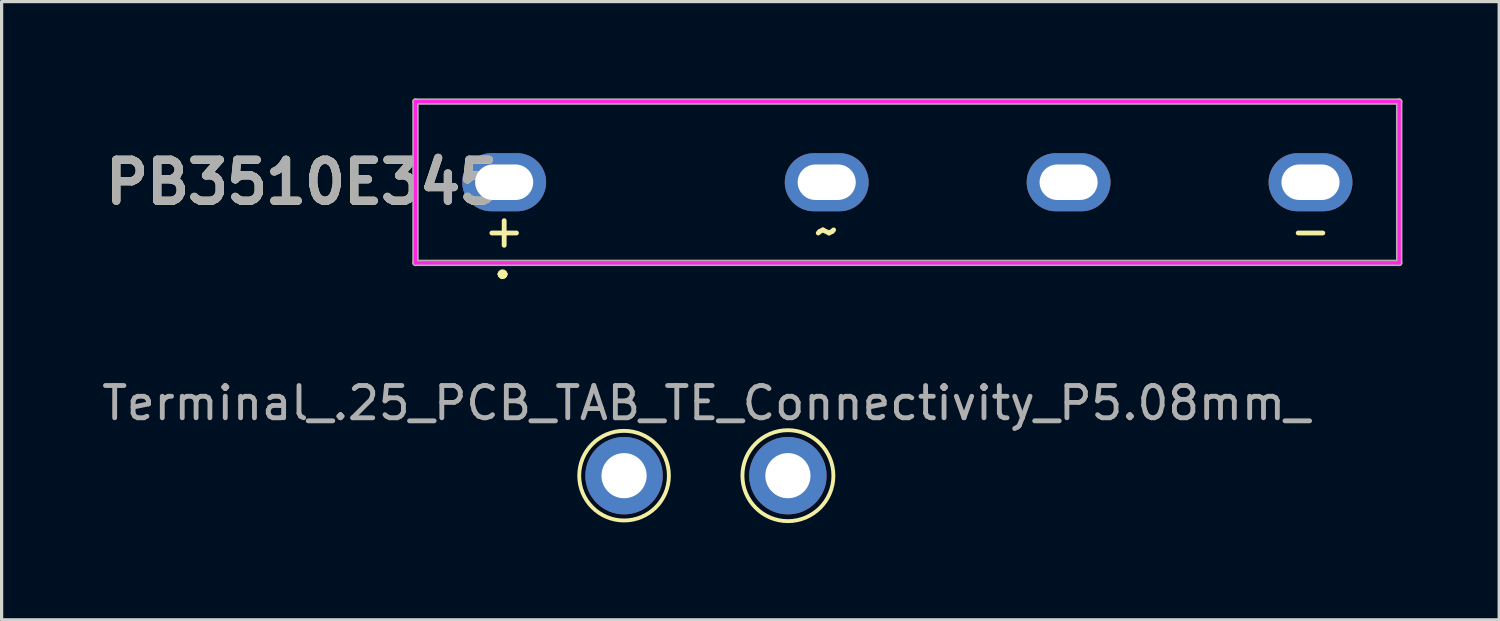
<source format=kicad_pcb>
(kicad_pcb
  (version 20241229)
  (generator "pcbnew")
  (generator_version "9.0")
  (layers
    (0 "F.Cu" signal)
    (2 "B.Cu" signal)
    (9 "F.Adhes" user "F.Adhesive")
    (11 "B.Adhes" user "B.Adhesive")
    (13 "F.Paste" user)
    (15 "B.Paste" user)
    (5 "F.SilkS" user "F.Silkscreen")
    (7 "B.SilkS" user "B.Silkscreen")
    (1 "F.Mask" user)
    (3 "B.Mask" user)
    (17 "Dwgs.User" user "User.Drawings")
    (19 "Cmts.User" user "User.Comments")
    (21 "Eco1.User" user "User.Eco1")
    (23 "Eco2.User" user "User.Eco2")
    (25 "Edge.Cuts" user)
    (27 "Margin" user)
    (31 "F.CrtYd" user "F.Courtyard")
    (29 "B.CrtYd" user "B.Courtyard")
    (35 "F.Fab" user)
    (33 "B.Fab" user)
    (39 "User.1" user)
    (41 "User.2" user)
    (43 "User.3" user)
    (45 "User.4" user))
  (footprint "Terminal_.25_PCB_TAB_TE_Connectivity_P5.08mm_"
    (layer "F.Cu")
    (at 18.839 11.698)
    (property "Reference" "Terminal_.25_PCB_TAB_TE_Connectivity_P5.08mm_" (at 0 -2.25 0) (layer "F.Fab") (effects (font (size 1 1) (thickness 0.15))))
    (attr through_hole)
    (fp_circle (center -2.54 0) (end -1.15 0) (stroke (width 0.12) (type solid)) (fill no) (layer "F.SilkS"))
    (fp_circle (center 2.54 0) (end 3.95 0) (stroke (width 0.12) (type solid)) (fill no) (layer "F.SilkS"))
    (pad "1" thru_hole circle (at -2.54 0) (size 2.4 2.4) (drill 1.4) (layers "*.Cu" "*.Mask"))
    (pad "1" thru_hole circle (at 2.54 0) (size 2.4 2.4) (drill 1.4) (layers "*.Cu" "*.Mask")))
  (footprint "PB3510E345"
    (layer "F.Cu")
    (at 26.332 2.6)
    (property "Reference" "PB3510E345" (at -20 0 0) (layer "F.SilkS") (effects (font (size 1.27 1.27) (thickness 0.254))))
    (attr through_hole)
    (fp_line (start -16.5 -2.5) (end 14 -2.5) (stroke (width 0.1) (type solid)) (layer "F.SilkS"))
    (fp_line (start -16.5 2.5) (end -16.5 -2.5) (stroke (width 0.1) (type solid)) (layer "F.SilkS"))
    (fp_line (start -13.85 2.85) (end -13.85 2.85) (stroke (width 0.2) (type solid)) (layer "F.SilkS"))
    (fp_line (start -13.85 2.85) (end -13.85 2.85) (stroke (width 0.2) (type solid)) (layer "F.SilkS"))
    (fp_line (start -13.75 2.85) (end -13.75 2.85) (stroke (width 0.2) (type solid)) (layer "F.SilkS"))
    (fp_line (start 14 -2.5) (end 14 2.5) (stroke (width 0.1) (type solid)) (layer "F.SilkS"))
    (fp_line (start 14 2.5) (end -16.5 2.5) (stroke (width 0.1) (type solid)) (layer "F.SilkS"))
    (fp_arc (start -13.85 2.85) (mid -13.8 2.8) (end -13.75 2.85) (stroke (width 0.2) (type solid)) (layer "F.SilkS"))
    (fp_arc (start -13.75 2.85) (mid -13.8 2.9) (end -13.85 2.85) (stroke (width 0.2) (type solid)) (layer "F.SilkS"))
    (fp_arc (start -13.75 2.85) (mid -13.8 2.9) (end -13.85 2.85) (stroke (width 0.2) (type solid)) (layer "F.SilkS"))
    (fp_line (start -16.5 -2.5) (end 14 -2.5) (stroke (width 0.1) (type solid)) (layer "F.CrtYd"))
    (fp_line (start -16.5 2.5) (end -16.5 -2.5) (stroke (width 0.1) (type solid)) (layer "F.CrtYd"))
    (fp_line (start 14 -2.5) (end 14 2.5) (stroke (width 0.1) (type solid)) (layer "F.CrtYd"))
    (fp_line (start 14 2.5) (end -16.5 2.5) (stroke (width 0.1) (type solid)) (layer "F.CrtYd"))
    (fp_line (start -16.5 -2.5) (end -16.5 2.5) (stroke (width 0.2) (type solid)) (layer "F.Fab"))
    (fp_line (start -16.5 2.5) (end 14 2.5) (stroke (width 0.2) (type solid)) (layer "F.Fab"))
    (fp_line (start 14 -2.5) (end -16.5 -2.5) (stroke (width 0.2) (type solid)) (layer "F.Fab"))
    (fp_line (start 14 2.5) (end 14 -2.5) (stroke (width 0.2) (type solid)) (layer "F.Fab"))
    (fp_text user "+" (at -13.75 1.5 0) (layer "F.SilkS") (effects (font (size 1 1) (thickness 0.15))))
    (fp_text user "~" (at -3.75 1.5 0) (layer "F.SilkS") (effects (font (size 1 1) (thickness 0.15))))
    (fp_text user "-" (at 11.25 1.5 0) (layer "F.SilkS") (effects (font (size 1 1) (thickness 0.15))))
    (fp_text user "${REFERENCE}" (at -20 0 0) (layer "F.Fab") (effects (font (size 1.27 1.27) (thickness 0.254))))
    (pad "1" thru_hole oval (at -13.75 0) (size 2.6 1.8) (drill oval 1.8 1.1) (layers "*.Cu" "*.Mask"))
    (pad "2" thru_hole oval (at -3.75 0) (size 2.6 1.8) (drill oval 1.8 1.1) (layers "*.Cu" "*.Mask"))
    (pad "3" thru_hole oval (at 3.75 0) (size 2.6 1.8) (drill oval 1.8 1.1) (layers "*.Cu" "*.Mask"))
    (pad "4" thru_hole oval (at 11.25 0) (size 2.6 1.8) (drill oval 1.8 1.1) (layers "*.Cu" "*.Mask")))
  (gr_rect
    (start -3 -3)
    (end 43.432 16.168)
    (stroke (width 0.1) (type default))
    (fill no)
    (layer "Edge.Cuts")))
</source>
